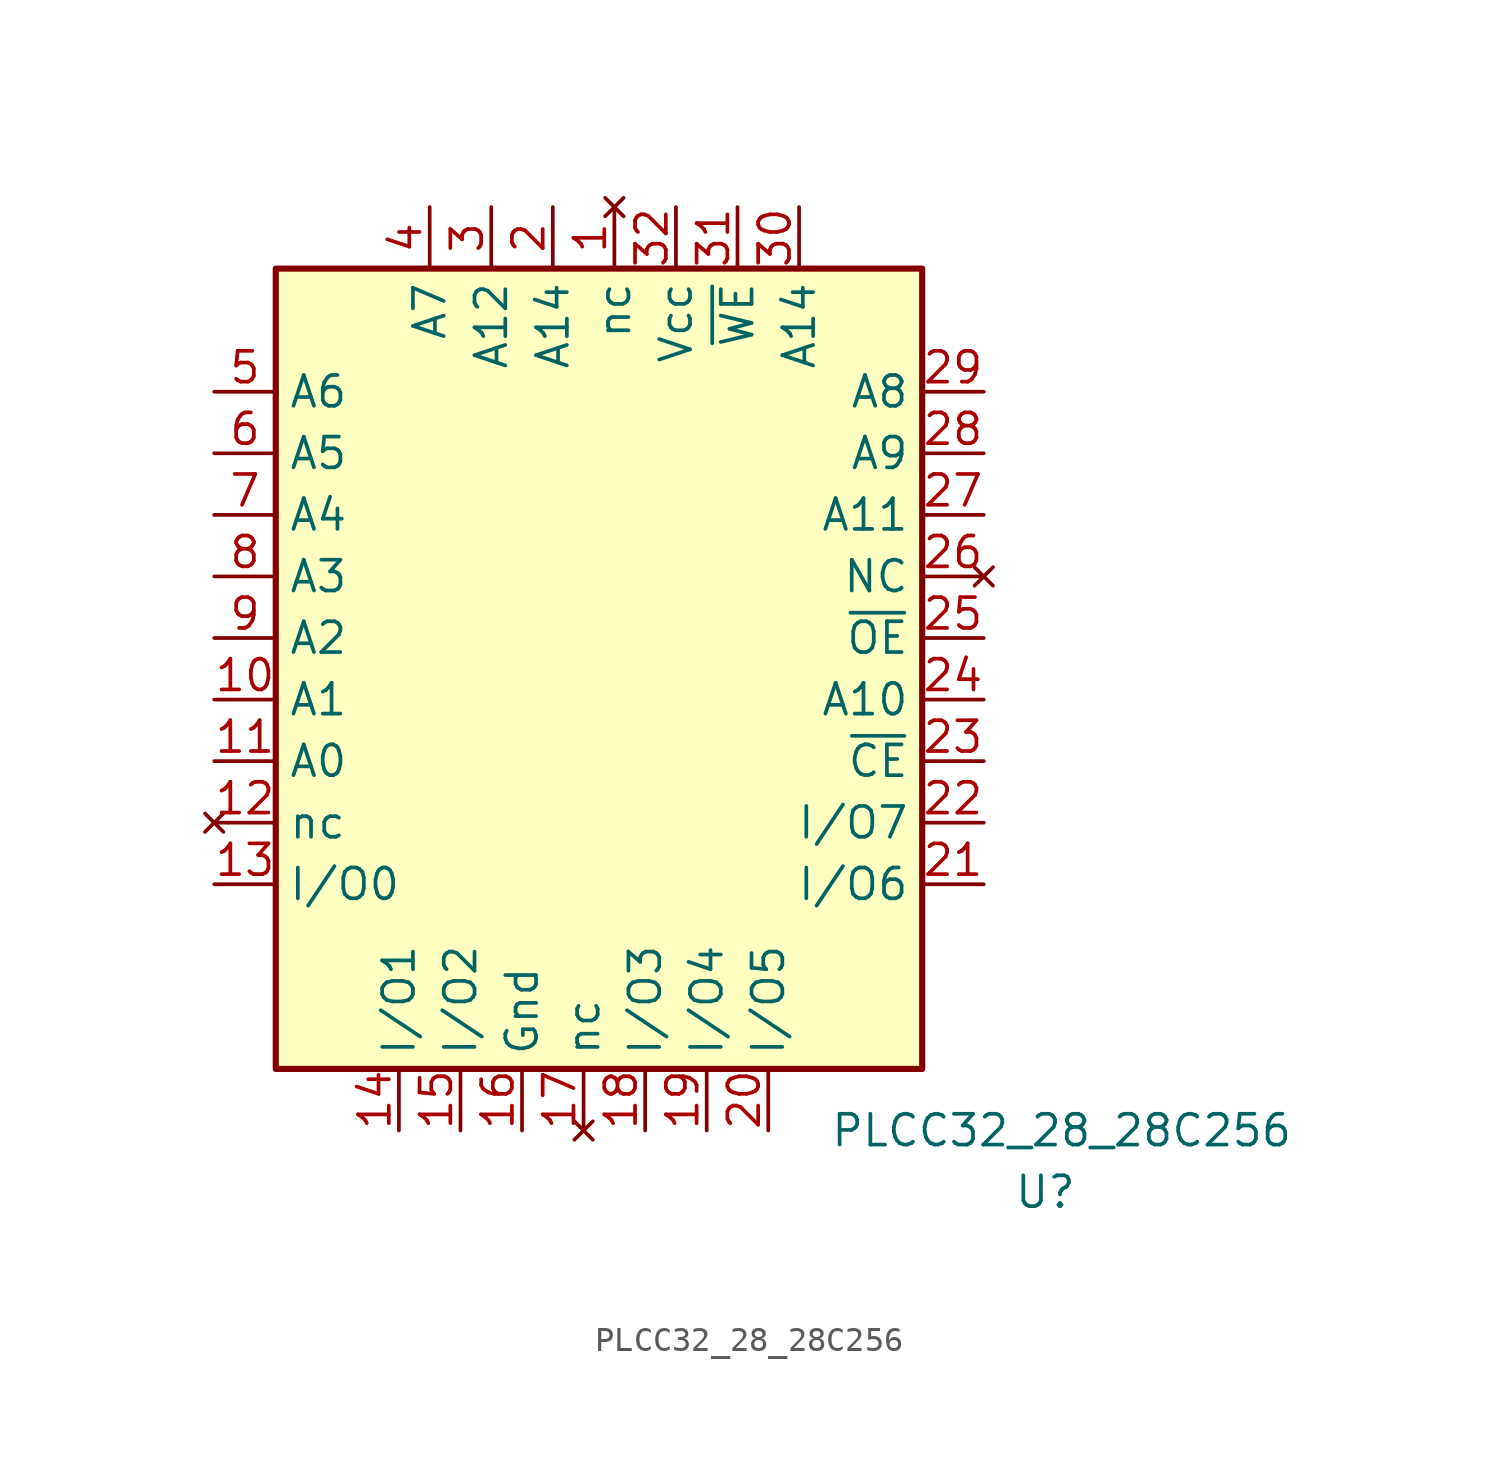
<source format=kicad_sym>
(kicad_symbol_lib
  (version 20211014)
  (generator kicad_symbol_editor)
  (symbol "PLCC32_28_28C256"
    (property "Reference" "U"
      (at 19.05 -22.86 0)
      (effects (font (size 1.27 1.27))))
    (property "Value" "PLCC32_28_28C256"
      (at 10.16 -20.32 0)
      (effects (font (size 1.27 1.27)) (justify left)))
    (symbol "PLCC32_28_28C256_1_1"
      (rectangle (start -12.7 15.24) (end 13.97 -17.78) (stroke (width 0.254) (type default) (color 0 0 0 0)) (fill (type background)))
      (pin no_connect line (at 1.27 17.78 270) (length 2.54) (name "nc" (effects (font (size 1.27 1.27)))) (number "1" (effects (font (size 1.27 1.27)))))
      (pin input line (at -15.24 -2.54 0) (length 2.54) (name "A1" (effects (font (size 1.27 1.27)))) (number "10" (effects (font (size 1.27 1.27)))))
      (pin input line (at -15.24 -5.08 0) (length 2.54) (name "A0" (effects (font (size 1.27 1.27)))) (number "11" (effects (font (size 1.27 1.27)))))
      (pin no_connect line (at -15.24 -7.62 0) (length 2.54) (name "nc" (effects (font (size 1.27 1.27)))) (number "12" (effects (font (size 1.27 1.27)))))
      (pin bidirectional line (at -15.24 -10.16 0) (length 2.54) (name "I/O0" (effects (font (size 1.27 1.27)))) (number "13" (effects (font (size 1.27 1.27)))))
      (pin bidirectional line (at -7.62 -20.32 90) (length 2.54) (name "I/O1" (effects (font (size 1.27 1.27)))) (number "14" (effects (font (size 1.27 1.27)))))
      (pin bidirectional line (at -5.08 -20.32 90) (length 2.54) (name "I/O2" (effects (font (size 1.27 1.27)))) (number "15" (effects (font (size 1.27 1.27)))))
      (pin power_in line (at -2.54 -20.32 90) (length 2.54) (name "Gnd" (effects (font (size 1.27 1.27)))) (number "16" (effects (font (size 1.27 1.27)))))
      (pin no_connect line (at 0 -20.32 90) (length 2.54) (name "nc" (effects (font (size 1.27 1.27)))) (number "17" (effects (font (size 1.27 1.27)))))
      (pin bidirectional line (at 2.54 -20.32 90) (length 2.54) (name "I/O3" (effects (font (size 1.27 1.27)))) (number "18" (effects (font (size 1.27 1.27)))))
      (pin bidirectional line (at 5.08 -20.32 90) (length 2.54) (name "I/O4" (effects (font (size 1.27 1.27)))) (number "19" (effects (font (size 1.27 1.27)))))
      (pin input line (at -1.27 17.78 270) (length 2.54) (name "A14" (effects (font (size 1.27 1.27)))) (number "2" (effects (font (size 1.27 1.27)))))
      (pin bidirectional line (at 7.62 -20.32 90) (length 2.54) (name "I/O5" (effects (font (size 1.27 1.27)))) (number "20" (effects (font (size 1.27 1.27)))))
      (pin bidirectional line (at 16.51 -10.16 180) (length 2.54) (name "I/O6" (effects (font (size 1.27 1.27)))) (number "21" (effects (font (size 1.27 1.27)))))
      (pin bidirectional line (at 16.51 -7.62 180) (length 2.54) (name "I/O7" (effects (font (size 1.27 1.27)))) (number "22" (effects (font (size 1.27 1.27)))))
      (pin input line (at 16.51 -5.08 180) (length 2.54) (name "~{CE}" (effects (font (size 1.27 1.27)))) (number "23" (effects (font (size 1.27 1.27)))))
      (pin input line (at 16.51 -2.54 180) (length 2.54) (name "A10" (effects (font (size 1.27 1.27)))) (number "24" (effects (font (size 1.27 1.27)))))
      (pin input line (at 16.51 0 180) (length 2.54) (name "~{OE}" (effects (font (size 1.27 1.27)))) (number "25" (effects (font (size 1.27 1.27)))))
      (pin no_connect line (at 16.51 2.54 180) (length 2.54) (name "NC" (effects (font (size 1.27 1.27)))) (number "26" (effects (font (size 1.27 1.27)))))
      (pin input line (at 16.51 5.08 180) (length 2.54) (name "A11" (effects (font (size 1.27 1.27)))) (number "27" (effects (font (size 1.27 1.27)))))
      (pin input line (at 16.51 7.62 180) (length 2.54) (name "A9" (effects (font (size 1.27 1.27)))) (number "28" (effects (font (size 1.27 1.27)))))
      (pin input line (at 16.51 10.16 180) (length 2.54) (name "A8" (effects (font (size 1.27 1.27)))) (number "29" (effects (font (size 1.27 1.27)))))
      (pin input line (at -3.81 17.78 270) (length 2.54) (name "A12" (effects (font (size 1.27 1.27)))) (number "3" (effects (font (size 1.27 1.27)))))
      (pin input line (at 8.89 17.78 270) (length 2.54) (name "A14" (effects (font (size 1.27 1.27)))) (number "30" (effects (font (size 1.27 1.27)))))
      (pin input line (at 6.35 17.78 270) (length 2.54) (name "~{WE}" (effects (font (size 1.27 1.27)))) (number "31" (effects (font (size 1.27 1.27)))))
      (pin power_in line (at 3.81 17.78 270) (length 2.54) (name "Vcc" (effects (font (size 1.27 1.27)))) (number "32" (effects (font (size 1.27 1.27)))))
      (pin input line (at -6.35 17.78 270) (length 2.54) (name "A7" (effects (font (size 1.27 1.27)))) (number "4" (effects (font (size 1.27 1.27)))))
      (pin input line (at -15.24 10.16 0) (length 2.54) (name "A6" (effects (font (size 1.27 1.27)))) (number "5" (effects (font (size 1.27 1.27)))))
      (pin input line (at -15.24 7.62 0) (length 2.54) (name "A5" (effects (font (size 1.27 1.27)))) (number "6" (effects (font (size 1.27 1.27)))))
      (pin input line (at -15.24 5.08 0) (length 2.54) (name "A4" (effects (font (size 1.27 1.27)))) (number "7" (effects (font (size 1.27 1.27)))))
      (pin input line (at -15.24 2.54 0) (length 2.54) (name "A3" (effects (font (size 1.27 1.27)))) (number "8" (effects (font (size 1.27 1.27)))))
      (pin input line (at -15.24 0 0) (length 2.54) (name "A2" (effects (font (size 1.27 1.27)))) (number "9" (effects (font (size 1.27 1.27))))))))
</source>
